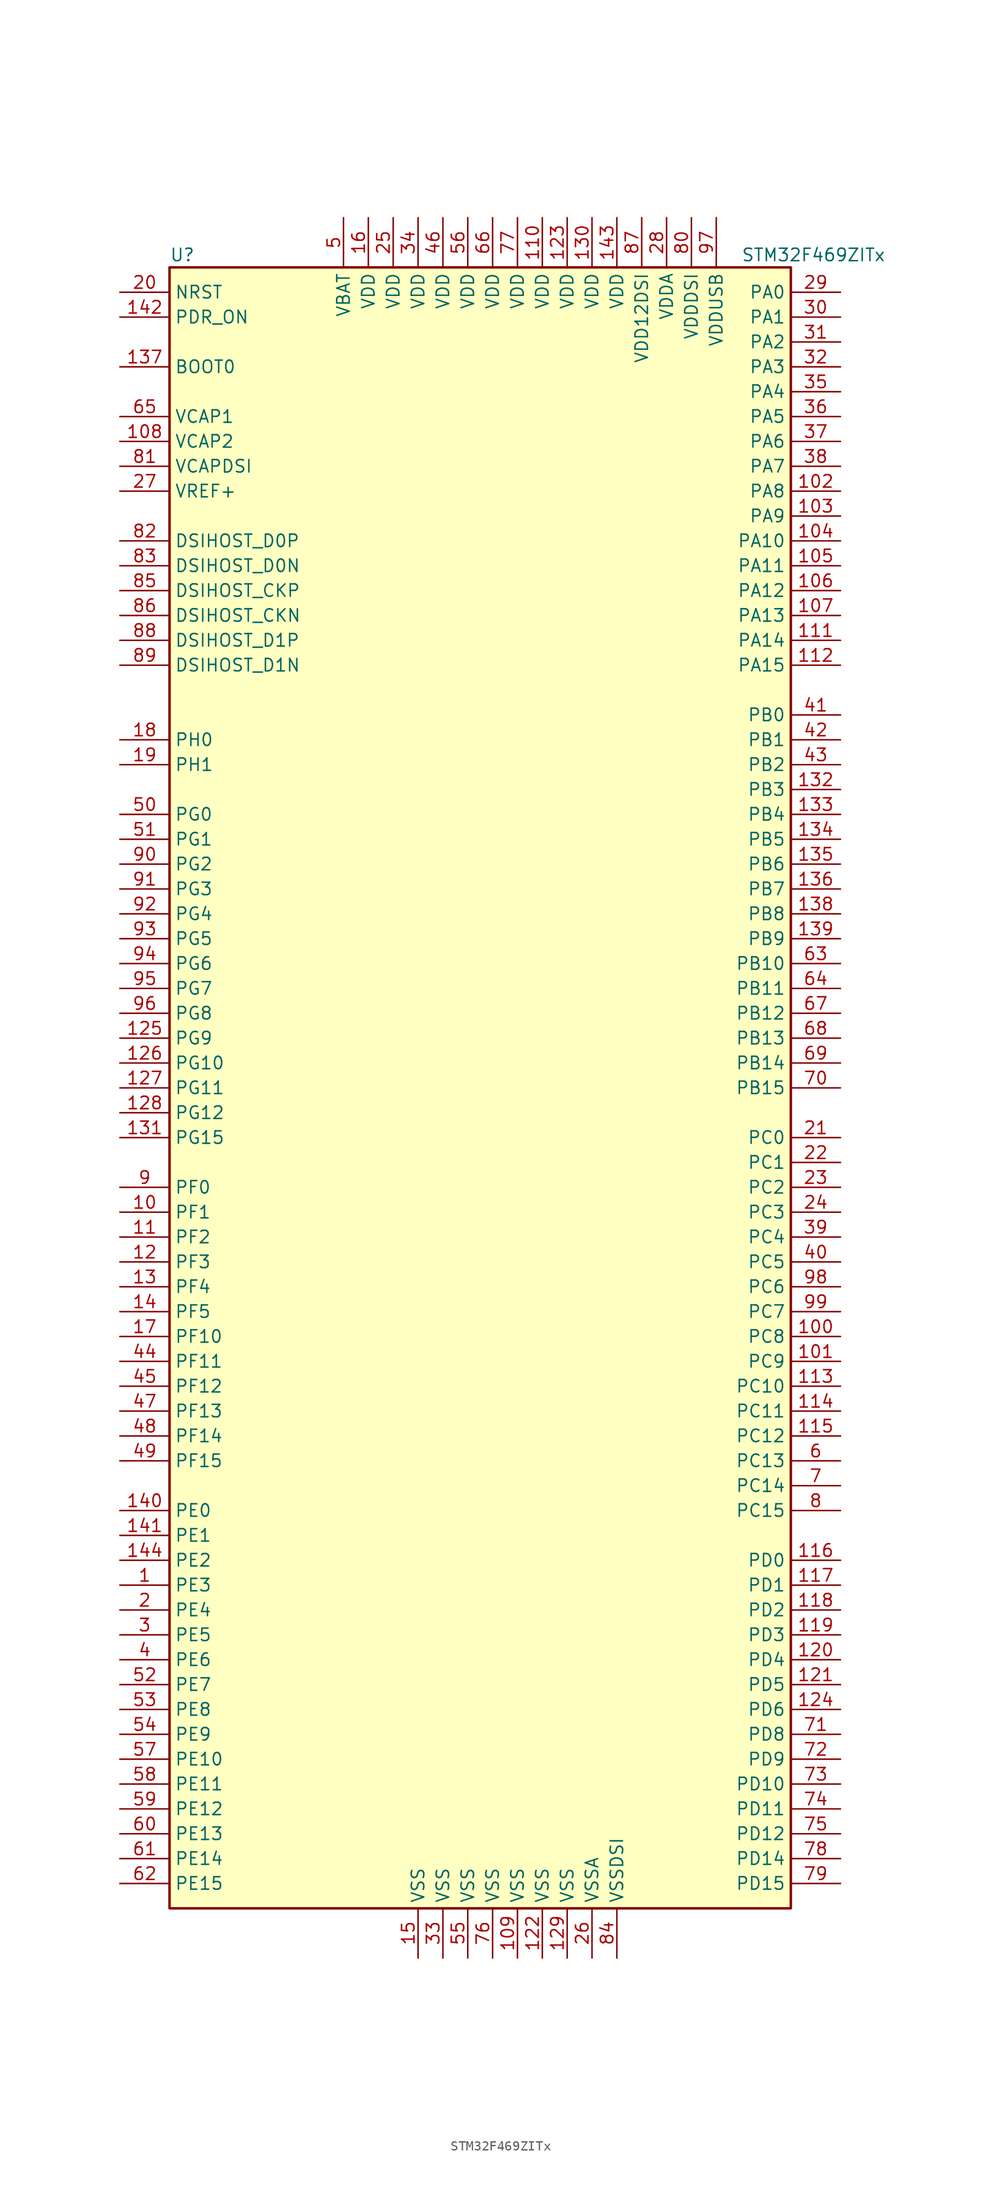
<source format=kicad_sym>
(kicad_symbol_lib
  (version 20220914)
  (generator kicad_symbol_editor)
  (symbol "STM32F469ZITx"
    (property "Reference" "U"
      (at -33.02 85.09 0)
      (effects (font (size 1.27 1.27)) (justify left)))
    (property "Value" "STM32F469ZITx"
      (at 25.4 85.09 0)
      (effects (font (size 1.27 1.27)) (justify left)))
    (symbol "STM32F469ZITx_0_1"
      (rectangle (start -33.02 -83.82) (end 30.48 83.82) (stroke (width 0.254) (type default)) (fill (type background))))
    (symbol "STM32F469ZITx_1_1"
      (pin bidirectional line (at -38.1 -50.8 0) (length 5.08) (name "PE3" (effects (font (size 1.27 1.27)))) (number "1" (effects (font (size 1.27 1.27)))))
      (pin bidirectional line (at -38.1 -12.7 0) (length 5.08) (name "PF1" (effects (font (size 1.27 1.27)))) (number "10" (effects (font (size 1.27 1.27)))))
      (pin bidirectional line (at 35.56 -25.4 180) (length 5.08) (name "PC8" (effects (font (size 1.27 1.27)))) (number "100" (effects (font (size 1.27 1.27)))))
      (pin bidirectional line (at 35.56 -27.94 180) (length 5.08) (name "PC9" (effects (font (size 1.27 1.27)))) (number "101" (effects (font (size 1.27 1.27)))))
      (pin bidirectional line (at 35.56 60.96 180) (length 5.08) (name "PA8" (effects (font (size 1.27 1.27)))) (number "102" (effects (font (size 1.27 1.27)))))
      (pin bidirectional line (at 35.56 58.42 180) (length 5.08) (name "PA9" (effects (font (size 1.27 1.27)))) (number "103" (effects (font (size 1.27 1.27)))))
      (pin bidirectional line (at 35.56 55.88 180) (length 5.08) (name "PA10" (effects (font (size 1.27 1.27)))) (number "104" (effects (font (size 1.27 1.27)))))
      (pin bidirectional line (at 35.56 53.34 180) (length 5.08) (name "PA11" (effects (font (size 1.27 1.27)))) (number "105" (effects (font (size 1.27 1.27)))))
      (pin bidirectional line (at 35.56 50.8 180) (length 5.08) (name "PA12" (effects (font (size 1.27 1.27)))) (number "106" (effects (font (size 1.27 1.27)))))
      (pin bidirectional line (at 35.56 48.26 180) (length 5.08) (name "PA13" (effects (font (size 1.27 1.27)))) (number "107" (effects (font (size 1.27 1.27)))))
      (pin power_in line (at -38.1 66.04 0) (length 5.08) (name "VCAP2" (effects (font (size 1.27 1.27)))) (number "108" (effects (font (size 1.27 1.27)))))
      (pin power_in line (at 2.54 -88.9 90) (length 5.08) (name "VSS" (effects (font (size 1.27 1.27)))) (number "109" (effects (font (size 1.27 1.27)))))
      (pin bidirectional line (at -38.1 -15.24 0) (length 5.08) (name "PF2" (effects (font (size 1.27 1.27)))) (number "11" (effects (font (size 1.27 1.27)))))
      (pin power_in line (at 5.08 88.9 270) (length 5.08) (name "VDD" (effects (font (size 1.27 1.27)))) (number "110" (effects (font (size 1.27 1.27)))))
      (pin bidirectional line (at 35.56 45.72 180) (length 5.08) (name "PA14" (effects (font (size 1.27 1.27)))) (number "111" (effects (font (size 1.27 1.27)))))
      (pin bidirectional line (at 35.56 43.18 180) (length 5.08) (name "PA15" (effects (font (size 1.27 1.27)))) (number "112" (effects (font (size 1.27 1.27)))))
      (pin bidirectional line (at 35.56 -30.48 180) (length 5.08) (name "PC10" (effects (font (size 1.27 1.27)))) (number "113" (effects (font (size 1.27 1.27)))))
      (pin bidirectional line (at 35.56 -33.02 180) (length 5.08) (name "PC11" (effects (font (size 1.27 1.27)))) (number "114" (effects (font (size 1.27 1.27)))))
      (pin bidirectional line (at 35.56 -35.56 180) (length 5.08) (name "PC12" (effects (font (size 1.27 1.27)))) (number "115" (effects (font (size 1.27 1.27)))))
      (pin bidirectional line (at 35.56 -48.26 180) (length 5.08) (name "PD0" (effects (font (size 1.27 1.27)))) (number "116" (effects (font (size 1.27 1.27)))))
      (pin bidirectional line (at 35.56 -50.8 180) (length 5.08) (name "PD1" (effects (font (size 1.27 1.27)))) (number "117" (effects (font (size 1.27 1.27)))))
      (pin bidirectional line (at 35.56 -53.34 180) (length 5.08) (name "PD2" (effects (font (size 1.27 1.27)))) (number "118" (effects (font (size 1.27 1.27)))))
      (pin bidirectional line (at 35.56 -55.88 180) (length 5.08) (name "PD3" (effects (font (size 1.27 1.27)))) (number "119" (effects (font (size 1.27 1.27)))))
      (pin bidirectional line (at -38.1 -17.78 0) (length 5.08) (name "PF3" (effects (font (size 1.27 1.27)))) (number "12" (effects (font (size 1.27 1.27)))))
      (pin bidirectional line (at 35.56 -58.42 180) (length 5.08) (name "PD4" (effects (font (size 1.27 1.27)))) (number "120" (effects (font (size 1.27 1.27)))))
      (pin bidirectional line (at 35.56 -60.96 180) (length 5.08) (name "PD5" (effects (font (size 1.27 1.27)))) (number "121" (effects (font (size 1.27 1.27)))))
      (pin power_in line (at 5.08 -88.9 90) (length 5.08) (name "VSS" (effects (font (size 1.27 1.27)))) (number "122" (effects (font (size 1.27 1.27)))))
      (pin power_in line (at 7.62 88.9 270) (length 5.08) (name "VDD" (effects (font (size 1.27 1.27)))) (number "123" (effects (font (size 1.27 1.27)))))
      (pin bidirectional line (at 35.56 -63.5 180) (length 5.08) (name "PD6" (effects (font (size 1.27 1.27)))) (number "124" (effects (font (size 1.27 1.27)))))
      (pin bidirectional line (at -38.1 5.08 0) (length 5.08) (name "PG9" (effects (font (size 1.27 1.27)))) (number "125" (effects (font (size 1.27 1.27)))))
      (pin bidirectional line (at -38.1 2.54 0) (length 5.08) (name "PG10" (effects (font (size 1.27 1.27)))) (number "126" (effects (font (size 1.27 1.27)))))
      (pin bidirectional line (at -38.1 0 0) (length 5.08) (name "PG11" (effects (font (size 1.27 1.27)))) (number "127" (effects (font (size 1.27 1.27)))))
      (pin bidirectional line (at -38.1 -2.54 0) (length 5.08) (name "PG12" (effects (font (size 1.27 1.27)))) (number "128" (effects (font (size 1.27 1.27)))))
      (pin power_in line (at 7.62 -88.9 90) (length 5.08) (name "VSS" (effects (font (size 1.27 1.27)))) (number "129" (effects (font (size 1.27 1.27)))))
      (pin bidirectional line (at -38.1 -20.32 0) (length 5.08) (name "PF4" (effects (font (size 1.27 1.27)))) (number "13" (effects (font (size 1.27 1.27)))))
      (pin power_in line (at 10.16 88.9 270) (length 5.08) (name "VDD" (effects (font (size 1.27 1.27)))) (number "130" (effects (font (size 1.27 1.27)))))
      (pin bidirectional line (at -38.1 -5.08 0) (length 5.08) (name "PG15" (effects (font (size 1.27 1.27)))) (number "131" (effects (font (size 1.27 1.27)))))
      (pin bidirectional line (at 35.56 30.48 180) (length 5.08) (name "PB3" (effects (font (size 1.27 1.27)))) (number "132" (effects (font (size 1.27 1.27)))))
      (pin bidirectional line (at 35.56 27.94 180) (length 5.08) (name "PB4" (effects (font (size 1.27 1.27)))) (number "133" (effects (font (size 1.27 1.27)))))
      (pin bidirectional line (at 35.56 25.4 180) (length 5.08) (name "PB5" (effects (font (size 1.27 1.27)))) (number "134" (effects (font (size 1.27 1.27)))))
      (pin bidirectional line (at 35.56 22.86 180) (length 5.08) (name "PB6" (effects (font (size 1.27 1.27)))) (number "135" (effects (font (size 1.27 1.27)))))
      (pin bidirectional line (at 35.56 20.32 180) (length 5.08) (name "PB7" (effects (font (size 1.27 1.27)))) (number "136" (effects (font (size 1.27 1.27)))))
      (pin input line (at -38.1 73.66 0) (length 5.08) (name "BOOT0" (effects (font (size 1.27 1.27)))) (number "137" (effects (font (size 1.27 1.27)))))
      (pin bidirectional line (at 35.56 17.78 180) (length 5.08) (name "PB8" (effects (font (size 1.27 1.27)))) (number "138" (effects (font (size 1.27 1.27)))))
      (pin bidirectional line (at 35.56 15.24 180) (length 5.08) (name "PB9" (effects (font (size 1.27 1.27)))) (number "139" (effects (font (size 1.27 1.27)))))
      (pin bidirectional line (at -38.1 -22.86 0) (length 5.08) (name "PF5" (effects (font (size 1.27 1.27)))) (number "14" (effects (font (size 1.27 1.27)))))
      (pin bidirectional line (at -38.1 -43.18 0) (length 5.08) (name "PE0" (effects (font (size 1.27 1.27)))) (number "140" (effects (font (size 1.27 1.27)))))
      (pin bidirectional line (at -38.1 -45.72 0) (length 5.08) (name "PE1" (effects (font (size 1.27 1.27)))) (number "141" (effects (font (size 1.27 1.27)))))
      (pin input line (at -38.1 78.74 0) (length 5.08) (name "PDR_ON" (effects (font (size 1.27 1.27)))) (number "142" (effects (font (size 1.27 1.27)))))
      (pin power_in line (at 12.7 88.9 270) (length 5.08) (name "VDD" (effects (font (size 1.27 1.27)))) (number "143" (effects (font (size 1.27 1.27)))))
      (pin bidirectional line (at -38.1 -48.26 0) (length 5.08) (name "PE2" (effects (font (size 1.27 1.27)))) (number "144" (effects (font (size 1.27 1.27)))))
      (pin power_in line (at -7.62 -88.9 90) (length 5.08) (name "VSS" (effects (font (size 1.27 1.27)))) (number "15" (effects (font (size 1.27 1.27)))))
      (pin power_in line (at -12.7 88.9 270) (length 5.08) (name "VDD" (effects (font (size 1.27 1.27)))) (number "16" (effects (font (size 1.27 1.27)))))
      (pin bidirectional line (at -38.1 -25.4 0) (length 5.08) (name "PF10" (effects (font (size 1.27 1.27)))) (number "17" (effects (font (size 1.27 1.27)))))
      (pin input line (at -38.1 35.56 0) (length 5.08) (name "PH0" (effects (font (size 1.27 1.27)))) (number "18" (effects (font (size 1.27 1.27)))))
      (pin input line (at -38.1 33.02 0) (length 5.08) (name "PH1" (effects (font (size 1.27 1.27)))) (number "19" (effects (font (size 1.27 1.27)))))
      (pin bidirectional line (at -38.1 -53.34 0) (length 5.08) (name "PE4" (effects (font (size 1.27 1.27)))) (number "2" (effects (font (size 1.27 1.27)))))
      (pin input line (at -38.1 81.28 0) (length 5.08) (name "NRST" (effects (font (size 1.27 1.27)))) (number "20" (effects (font (size 1.27 1.27)))))
      (pin bidirectional line (at 35.56 -5.08 180) (length 5.08) (name "PC0" (effects (font (size 1.27 1.27)))) (number "21" (effects (font (size 1.27 1.27)))))
      (pin bidirectional line (at 35.56 -7.62 180) (length 5.08) (name "PC1" (effects (font (size 1.27 1.27)))) (number "22" (effects (font (size 1.27 1.27)))))
      (pin bidirectional line (at 35.56 -10.16 180) (length 5.08) (name "PC2" (effects (font (size 1.27 1.27)))) (number "23" (effects (font (size 1.27 1.27)))))
      (pin bidirectional line (at 35.56 -12.7 180) (length 5.08) (name "PC3" (effects (font (size 1.27 1.27)))) (number "24" (effects (font (size 1.27 1.27)))))
      (pin power_in line (at -10.16 88.9 270) (length 5.08) (name "VDD" (effects (font (size 1.27 1.27)))) (number "25" (effects (font (size 1.27 1.27)))))
      (pin power_in line (at 10.16 -88.9 90) (length 5.08) (name "VSSA" (effects (font (size 1.27 1.27)))) (number "26" (effects (font (size 1.27 1.27)))))
      (pin power_in line (at -38.1 60.96 0) (length 5.08) (name "VREF+" (effects (font (size 1.27 1.27)))) (number "27" (effects (font (size 1.27 1.27)))))
      (pin power_in line (at 17.78 88.9 270) (length 5.08) (name "VDDA" (effects (font (size 1.27 1.27)))) (number "28" (effects (font (size 1.27 1.27)))))
      (pin bidirectional line (at 35.56 81.28 180) (length 5.08) (name "PA0" (effects (font (size 1.27 1.27)))) (number "29" (effects (font (size 1.27 1.27)))))
      (pin bidirectional line (at -38.1 -55.88 0) (length 5.08) (name "PE5" (effects (font (size 1.27 1.27)))) (number "3" (effects (font (size 1.27 1.27)))))
      (pin bidirectional line (at 35.56 78.74 180) (length 5.08) (name "PA1" (effects (font (size 1.27 1.27)))) (number "30" (effects (font (size 1.27 1.27)))))
      (pin bidirectional line (at 35.56 76.2 180) (length 5.08) (name "PA2" (effects (font (size 1.27 1.27)))) (number "31" (effects (font (size 1.27 1.27)))))
      (pin bidirectional line (at 35.56 73.66 180) (length 5.08) (name "PA3" (effects (font (size 1.27 1.27)))) (number "32" (effects (font (size 1.27 1.27)))))
      (pin power_in line (at -5.08 -88.9 90) (length 5.08) (name "VSS" (effects (font (size 1.27 1.27)))) (number "33" (effects (font (size 1.27 1.27)))))
      (pin power_in line (at -7.62 88.9 270) (length 5.08) (name "VDD" (effects (font (size 1.27 1.27)))) (number "34" (effects (font (size 1.27 1.27)))))
      (pin bidirectional line (at 35.56 71.12 180) (length 5.08) (name "PA4" (effects (font (size 1.27 1.27)))) (number "35" (effects (font (size 1.27 1.27)))))
      (pin bidirectional line (at 35.56 68.58 180) (length 5.08) (name "PA5" (effects (font (size 1.27 1.27)))) (number "36" (effects (font (size 1.27 1.27)))))
      (pin bidirectional line (at 35.56 66.04 180) (length 5.08) (name "PA6" (effects (font (size 1.27 1.27)))) (number "37" (effects (font (size 1.27 1.27)))))
      (pin bidirectional line (at 35.56 63.5 180) (length 5.08) (name "PA7" (effects (font (size 1.27 1.27)))) (number "38" (effects (font (size 1.27 1.27)))))
      (pin bidirectional line (at 35.56 -15.24 180) (length 5.08) (name "PC4" (effects (font (size 1.27 1.27)))) (number "39" (effects (font (size 1.27 1.27)))))
      (pin bidirectional line (at -38.1 -58.42 0) (length 5.08) (name "PE6" (effects (font (size 1.27 1.27)))) (number "4" (effects (font (size 1.27 1.27)))))
      (pin bidirectional line (at 35.56 -17.78 180) (length 5.08) (name "PC5" (effects (font (size 1.27 1.27)))) (number "40" (effects (font (size 1.27 1.27)))))
      (pin bidirectional line (at 35.56 38.1 180) (length 5.08) (name "PB0" (effects (font (size 1.27 1.27)))) (number "41" (effects (font (size 1.27 1.27)))))
      (pin bidirectional line (at 35.56 35.56 180) (length 5.08) (name "PB1" (effects (font (size 1.27 1.27)))) (number "42" (effects (font (size 1.27 1.27)))))
      (pin bidirectional line (at 35.56 33.02 180) (length 5.08) (name "PB2" (effects (font (size 1.27 1.27)))) (number "43" (effects (font (size 1.27 1.27)))))
      (pin bidirectional line (at -38.1 -27.94 0) (length 5.08) (name "PF11" (effects (font (size 1.27 1.27)))) (number "44" (effects (font (size 1.27 1.27)))))
      (pin bidirectional line (at -38.1 -30.48 0) (length 5.08) (name "PF12" (effects (font (size 1.27 1.27)))) (number "45" (effects (font (size 1.27 1.27)))))
      (pin power_in line (at -5.08 88.9 270) (length 5.08) (name "VDD" (effects (font (size 1.27 1.27)))) (number "46" (effects (font (size 1.27 1.27)))))
      (pin bidirectional line (at -38.1 -33.02 0) (length 5.08) (name "PF13" (effects (font (size 1.27 1.27)))) (number "47" (effects (font (size 1.27 1.27)))))
      (pin bidirectional line (at -38.1 -35.56 0) (length 5.08) (name "PF14" (effects (font (size 1.27 1.27)))) (number "48" (effects (font (size 1.27 1.27)))))
      (pin bidirectional line (at -38.1 -38.1 0) (length 5.08) (name "PF15" (effects (font (size 1.27 1.27)))) (number "49" (effects (font (size 1.27 1.27)))))
      (pin power_in line (at -15.24 88.9 270) (length 5.08) (name "VBAT" (effects (font (size 1.27 1.27)))) (number "5" (effects (font (size 1.27 1.27)))))
      (pin bidirectional line (at -38.1 27.94 0) (length 5.08) (name "PG0" (effects (font (size 1.27 1.27)))) (number "50" (effects (font (size 1.27 1.27)))))
      (pin bidirectional line (at -38.1 25.4 0) (length 5.08) (name "PG1" (effects (font (size 1.27 1.27)))) (number "51" (effects (font (size 1.27 1.27)))))
      (pin bidirectional line (at -38.1 -60.96 0) (length 5.08) (name "PE7" (effects (font (size 1.27 1.27)))) (number "52" (effects (font (size 1.27 1.27)))))
      (pin bidirectional line (at -38.1 -63.5 0) (length 5.08) (name "PE8" (effects (font (size 1.27 1.27)))) (number "53" (effects (font (size 1.27 1.27)))))
      (pin bidirectional line (at -38.1 -66.04 0) (length 5.08) (name "PE9" (effects (font (size 1.27 1.27)))) (number "54" (effects (font (size 1.27 1.27)))))
      (pin power_in line (at -2.54 -88.9 90) (length 5.08) (name "VSS" (effects (font (size 1.27 1.27)))) (number "55" (effects (font (size 1.27 1.27)))))
      (pin power_in line (at -2.54 88.9 270) (length 5.08) (name "VDD" (effects (font (size 1.27 1.27)))) (number "56" (effects (font (size 1.27 1.27)))))
      (pin bidirectional line (at -38.1 -68.58 0) (length 5.08) (name "PE10" (effects (font (size 1.27 1.27)))) (number "57" (effects (font (size 1.27 1.27)))))
      (pin bidirectional line (at -38.1 -71.12 0) (length 5.08) (name "PE11" (effects (font (size 1.27 1.27)))) (number "58" (effects (font (size 1.27 1.27)))))
      (pin bidirectional line (at -38.1 -73.66 0) (length 5.08) (name "PE12" (effects (font (size 1.27 1.27)))) (number "59" (effects (font (size 1.27 1.27)))))
      (pin bidirectional line (at 35.56 -38.1 180) (length 5.08) (name "PC13" (effects (font (size 1.27 1.27)))) (number "6" (effects (font (size 1.27 1.27)))))
      (pin bidirectional line (at -38.1 -76.2 0) (length 5.08) (name "PE13" (effects (font (size 1.27 1.27)))) (number "60" (effects (font (size 1.27 1.27)))))
      (pin bidirectional line (at -38.1 -78.74 0) (length 5.08) (name "PE14" (effects (font (size 1.27 1.27)))) (number "61" (effects (font (size 1.27 1.27)))))
      (pin bidirectional line (at -38.1 -81.28 0) (length 5.08) (name "PE15" (effects (font (size 1.27 1.27)))) (number "62" (effects (font (size 1.27 1.27)))))
      (pin bidirectional line (at 35.56 12.7 180) (length 5.08) (name "PB10" (effects (font (size 1.27 1.27)))) (number "63" (effects (font (size 1.27 1.27)))))
      (pin bidirectional line (at 35.56 10.16 180) (length 5.08) (name "PB11" (effects (font (size 1.27 1.27)))) (number "64" (effects (font (size 1.27 1.27)))))
      (pin power_in line (at -38.1 68.58 0) (length 5.08) (name "VCAP1" (effects (font (size 1.27 1.27)))) (number "65" (effects (font (size 1.27 1.27)))))
      (pin power_in line (at 0 88.9 270) (length 5.08) (name "VDD" (effects (font (size 1.27 1.27)))) (number "66" (effects (font (size 1.27 1.27)))))
      (pin bidirectional line (at 35.56 7.62 180) (length 5.08) (name "PB12" (effects (font (size 1.27 1.27)))) (number "67" (effects (font (size 1.27 1.27)))))
      (pin bidirectional line (at 35.56 5.08 180) (length 5.08) (name "PB13" (effects (font (size 1.27 1.27)))) (number "68" (effects (font (size 1.27 1.27)))))
      (pin bidirectional line (at 35.56 2.54 180) (length 5.08) (name "PB14" (effects (font (size 1.27 1.27)))) (number "69" (effects (font (size 1.27 1.27)))))
      (pin bidirectional line (at 35.56 -40.64 180) (length 5.08) (name "PC14" (effects (font (size 1.27 1.27)))) (number "7" (effects (font (size 1.27 1.27)))))
      (pin bidirectional line (at 35.56 0 180) (length 5.08) (name "PB15" (effects (font (size 1.27 1.27)))) (number "70" (effects (font (size 1.27 1.27)))))
      (pin bidirectional line (at 35.56 -66.04 180) (length 5.08) (name "PD8" (effects (font (size 1.27 1.27)))) (number "71" (effects (font (size 1.27 1.27)))))
      (pin bidirectional line (at 35.56 -68.58 180) (length 5.08) (name "PD9" (effects (font (size 1.27 1.27)))) (number "72" (effects (font (size 1.27 1.27)))))
      (pin bidirectional line (at 35.56 -71.12 180) (length 5.08) (name "PD10" (effects (font (size 1.27 1.27)))) (number "73" (effects (font (size 1.27 1.27)))))
      (pin bidirectional line (at 35.56 -73.66 180) (length 5.08) (name "PD11" (effects (font (size 1.27 1.27)))) (number "74" (effects (font (size 1.27 1.27)))))
      (pin bidirectional line (at 35.56 -76.2 180) (length 5.08) (name "PD12" (effects (font (size 1.27 1.27)))) (number "75" (effects (font (size 1.27 1.27)))))
      (pin power_in line (at 0 -88.9 90) (length 5.08) (name "VSS" (effects (font (size 1.27 1.27)))) (number "76" (effects (font (size 1.27 1.27)))))
      (pin power_in line (at 2.54 88.9 270) (length 5.08) (name "VDD" (effects (font (size 1.27 1.27)))) (number "77" (effects (font (size 1.27 1.27)))))
      (pin bidirectional line (at 35.56 -78.74 180) (length 5.08) (name "PD14" (effects (font (size 1.27 1.27)))) (number "78" (effects (font (size 1.27 1.27)))))
      (pin bidirectional line (at 35.56 -81.28 180) (length 5.08) (name "PD15" (effects (font (size 1.27 1.27)))) (number "79" (effects (font (size 1.27 1.27)))))
      (pin bidirectional line (at 35.56 -43.18 180) (length 5.08) (name "PC15" (effects (font (size 1.27 1.27)))) (number "8" (effects (font (size 1.27 1.27)))))
      (pin power_in line (at 20.32 88.9 270) (length 5.08) (name "VDDDSI" (effects (font (size 1.27 1.27)))) (number "80" (effects (font (size 1.27 1.27)))))
      (pin power_in line (at -38.1 63.5 0) (length 5.08) (name "VCAPDSI" (effects (font (size 1.27 1.27)))) (number "81" (effects (font (size 1.27 1.27)))))
      (pin bidirectional line (at -38.1 55.88 0) (length 5.08) (name "DSIHOST_D0P" (effects (font (size 1.27 1.27)))) (number "82" (effects (font (size 1.27 1.27)))))
      (pin bidirectional line (at -38.1 53.34 0) (length 5.08) (name "DSIHOST_D0N" (effects (font (size 1.27 1.27)))) (number "83" (effects (font (size 1.27 1.27)))))
      (pin power_in line (at 12.7 -88.9 90) (length 5.08) (name "VSSDSI" (effects (font (size 1.27 1.27)))) (number "84" (effects (font (size 1.27 1.27)))))
      (pin bidirectional line (at -38.1 50.8 0) (length 5.08) (name "DSIHOST_CKP" (effects (font (size 1.27 1.27)))) (number "85" (effects (font (size 1.27 1.27)))))
      (pin bidirectional line (at -38.1 48.26 0) (length 5.08) (name "DSIHOST_CKN" (effects (font (size 1.27 1.27)))) (number "86" (effects (font (size 1.27 1.27)))))
      (pin power_in line (at 15.24 88.9 270) (length 5.08) (name "VDD12DSI" (effects (font (size 1.27 1.27)))) (number "87" (effects (font (size 1.27 1.27)))))
      (pin bidirectional line (at -38.1 45.72 0) (length 5.08) (name "DSIHOST_D1P" (effects (font (size 1.27 1.27)))) (number "88" (effects (font (size 1.27 1.27)))))
      (pin bidirectional line (at -38.1 43.18 0) (length 5.08) (name "DSIHOST_D1N" (effects (font (size 1.27 1.27)))) (number "89" (effects (font (size 1.27 1.27)))))
      (pin bidirectional line (at -38.1 -10.16 0) (length 5.08) (name "PF0" (effects (font (size 1.27 1.27)))) (number "9" (effects (font (size 1.27 1.27)))))
      (pin bidirectional line (at -38.1 22.86 0) (length 5.08) (name "PG2" (effects (font (size 1.27 1.27)))) (number "90" (effects (font (size 1.27 1.27)))))
      (pin bidirectional line (at -38.1 20.32 0) (length 5.08) (name "PG3" (effects (font (size 1.27 1.27)))) (number "91" (effects (font (size 1.27 1.27)))))
      (pin bidirectional line (at -38.1 17.78 0) (length 5.08) (name "PG4" (effects (font (size 1.27 1.27)))) (number "92" (effects (font (size 1.27 1.27)))))
      (pin bidirectional line (at -38.1 15.24 0) (length 5.08) (name "PG5" (effects (font (size 1.27 1.27)))) (number "93" (effects (font (size 1.27 1.27)))))
      (pin bidirectional line (at -38.1 12.7 0) (length 5.08) (name "PG6" (effects (font (size 1.27 1.27)))) (number "94" (effects (font (size 1.27 1.27)))))
      (pin bidirectional line (at -38.1 10.16 0) (length 5.08) (name "PG7" (effects (font (size 1.27 1.27)))) (number "95" (effects (font (size 1.27 1.27)))))
      (pin bidirectional line (at -38.1 7.62 0) (length 5.08) (name "PG8" (effects (font (size 1.27 1.27)))) (number "96" (effects (font (size 1.27 1.27)))))
      (pin power_in line (at 22.86 88.9 270) (length 5.08) (name "VDDUSB" (effects (font (size 1.27 1.27)))) (number "97" (effects (font (size 1.27 1.27)))))
      (pin bidirectional line (at 35.56 -20.32 180) (length 5.08) (name "PC6" (effects (font (size 1.27 1.27)))) (number "98" (effects (font (size 1.27 1.27)))))
      (pin bidirectional line (at 35.56 -22.86 180) (length 5.08) (name "PC7" (effects (font (size 1.27 1.27)))) (number "99" (effects (font (size 1.27 1.27))))))))
</source>
